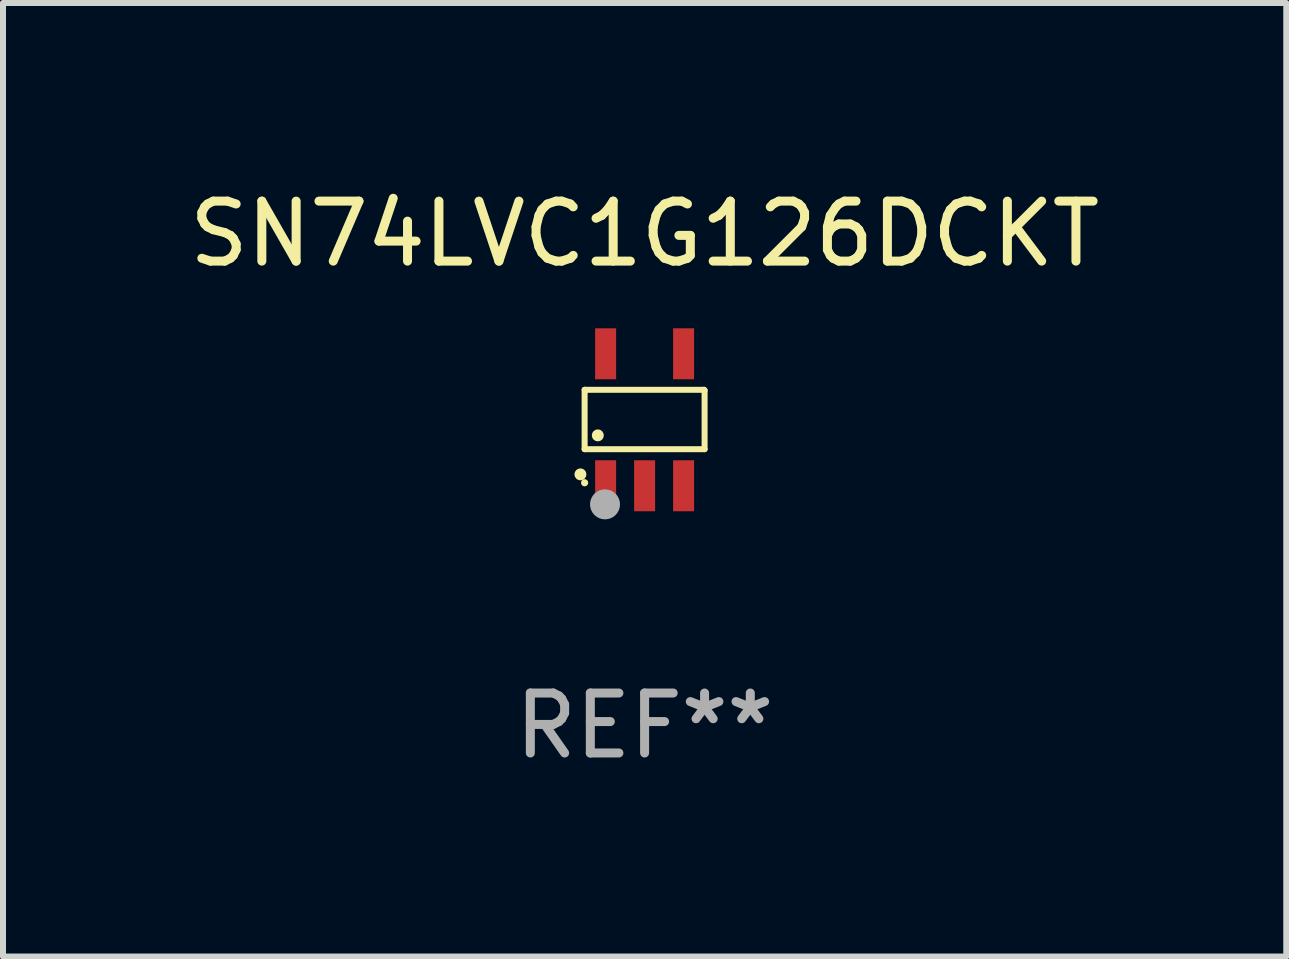
<source format=kicad_pcb>
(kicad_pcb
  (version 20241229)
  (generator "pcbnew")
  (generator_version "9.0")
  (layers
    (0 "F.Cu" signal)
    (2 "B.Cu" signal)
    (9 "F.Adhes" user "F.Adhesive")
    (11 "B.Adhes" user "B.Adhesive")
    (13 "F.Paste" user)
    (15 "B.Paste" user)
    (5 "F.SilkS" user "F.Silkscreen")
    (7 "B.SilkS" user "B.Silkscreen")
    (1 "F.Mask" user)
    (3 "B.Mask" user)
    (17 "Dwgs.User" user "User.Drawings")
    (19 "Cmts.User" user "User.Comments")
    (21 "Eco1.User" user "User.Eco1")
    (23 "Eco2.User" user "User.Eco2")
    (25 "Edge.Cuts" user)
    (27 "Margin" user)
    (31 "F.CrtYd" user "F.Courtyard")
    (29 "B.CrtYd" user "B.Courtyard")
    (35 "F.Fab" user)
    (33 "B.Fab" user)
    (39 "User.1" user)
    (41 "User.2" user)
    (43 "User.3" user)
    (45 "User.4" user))
  (footprint "SN74LVC1G126DCKT"
    (layer "F.Cu")
    (at 7.696 3.948)
    (property "Reference" "SN74LVC1G126DCKT" (at 0 -3.1 0) (layer "F.SilkS") (effects (font (size 1 1) (thickness 0.15))))
    (attr through_hole)
    (fp_line (start -1 -0.5) (end -1 0.49) (stroke (width 0.1) (type solid)) (layer "F.SilkS"))
    (fp_line (start -1 0.49) (end 1 0.49) (stroke (width 0.1) (type solid)) (layer "F.SilkS"))
    (fp_line (start 0.99 -0.5) (end -1 -0.5) (stroke (width 0.1) (type solid)) (layer "F.SilkS"))
    (fp_line (start 1 -0.49) (end 0.99 -0.5) (stroke (width 0.1) (type solid)) (layer "F.SilkS"))
    (fp_line (start 1 0.49) (end 1 -0.49) (stroke (width 0.1) (type solid)) (layer "F.SilkS"))
    (fp_circle (center -1.07 0.91) (end -1.02 0.91) (stroke (width 0.1) (type solid)) (fill no) (layer "F.SilkS"))
    (fp_circle (center -1 1.05) (end -0.97 1.05) (stroke (width 0.06) (type solid)) (fill no) (layer "F.SilkS"))
    (fp_circle (center -0.78 0.26) (end -0.73 0.26) (stroke (width 0.1) (type solid)) (fill no) (layer "F.SilkS"))
    (fp_circle (center -0.66 1.41) (end -0.535 1.41) (stroke (width 0.25) (type solid)) (fill no) (layer "F.Fab"))
    (fp_text user "REF**" (at 0 5.1 0) (layer "F.Fab") (effects (font (size 1 1) (thickness 0.15))))
    (pad "1" smd rect (at -0.65 1.1) (size 0.35 0.85) (layers "F.Cu" "F.Mask" "F.Paste"))
    (pad "2" smd rect (at 0.000051 1.1) (size 0.35 0.85) (layers "F.Cu" "F.Mask" "F.Paste"))
    (pad "3" smd rect (at 0.65 1.1) (size 0.35 0.85) (layers "F.Cu" "F.Mask" "F.Paste"))
    (pad "4" smd rect (at 0.65 -1.1) (size 0.35 0.85) (layers "F.Cu" "F.Mask" "F.Paste"))
    (pad "5" smd rect (at -0.65 -1.1) (size 0.35 0.85) (layers "F.Cu" "F.Mask" "F.Paste")))
  (gr_rect
    (start -3 -3)
    (end 18.393 12.896)
    (stroke (width 0.1) (type default))
    (fill no)
    (layer "Edge.Cuts")))
</source>
